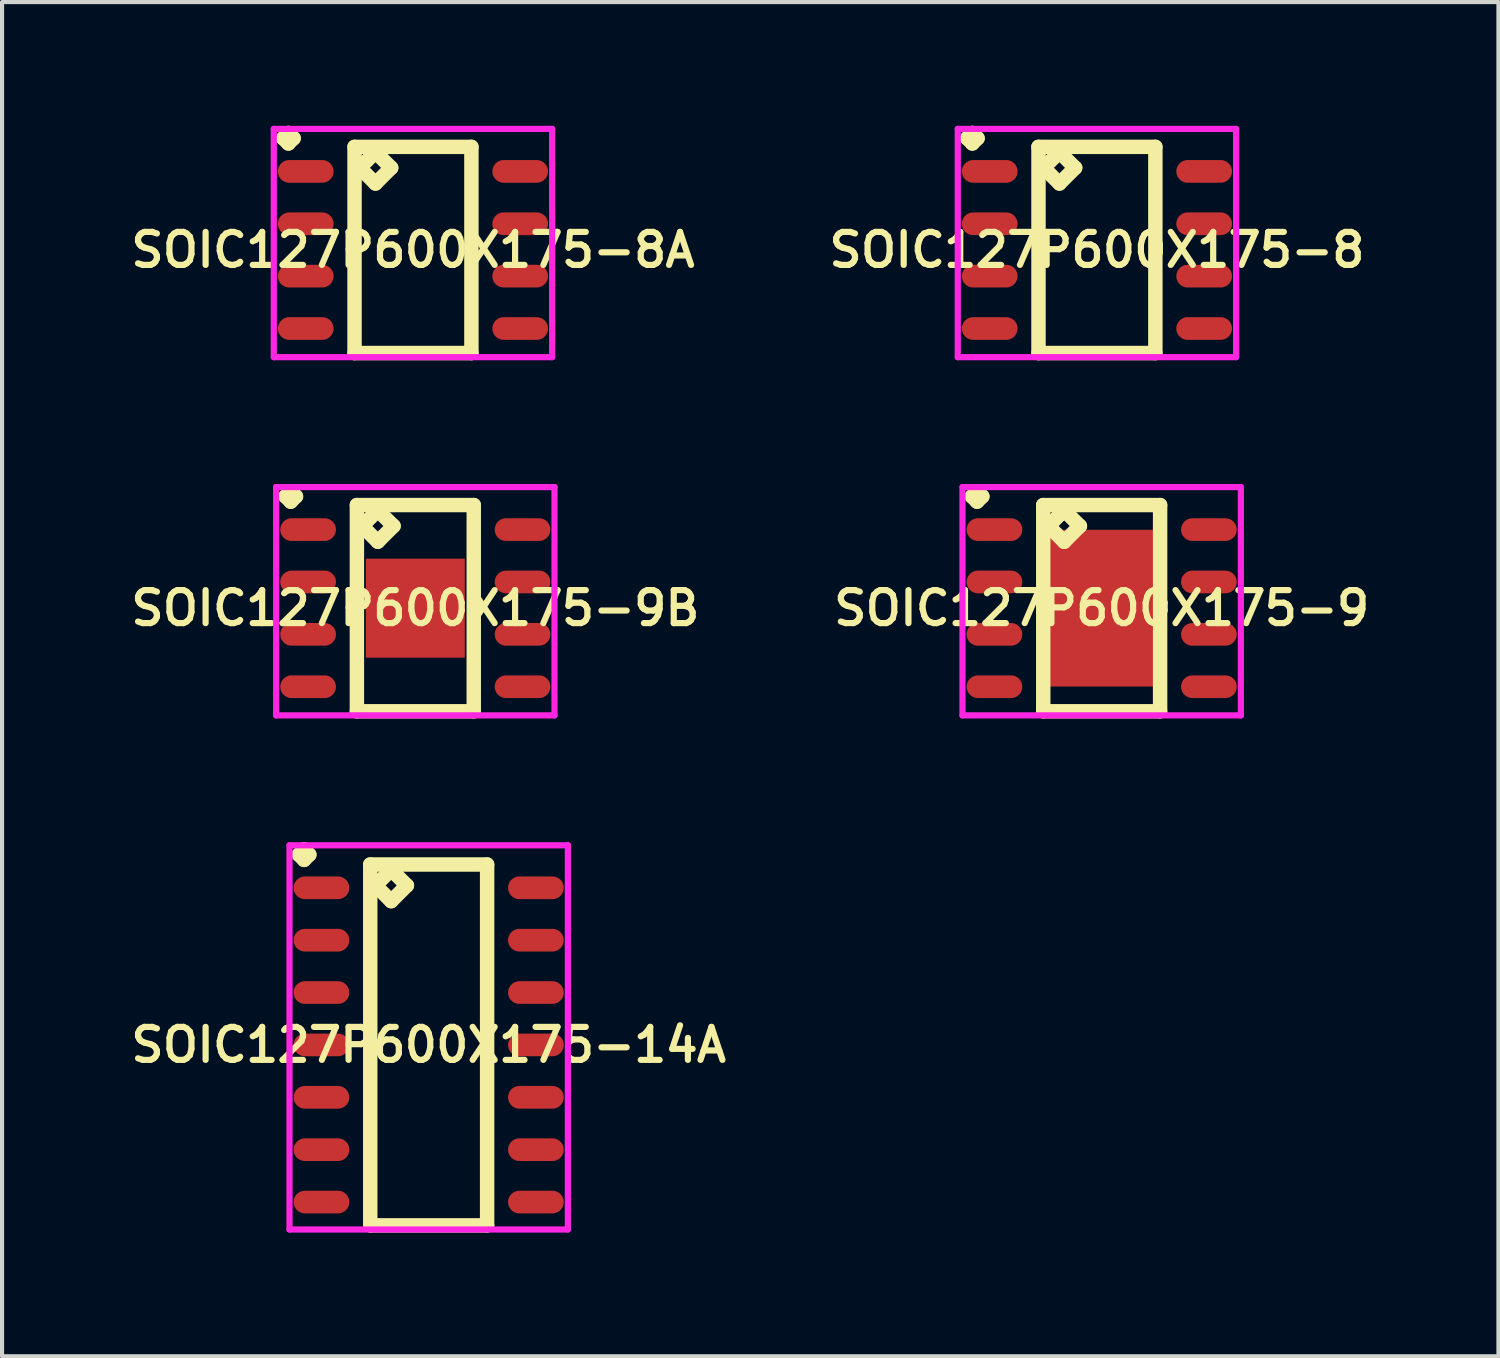
<source format=kicad_pcb>
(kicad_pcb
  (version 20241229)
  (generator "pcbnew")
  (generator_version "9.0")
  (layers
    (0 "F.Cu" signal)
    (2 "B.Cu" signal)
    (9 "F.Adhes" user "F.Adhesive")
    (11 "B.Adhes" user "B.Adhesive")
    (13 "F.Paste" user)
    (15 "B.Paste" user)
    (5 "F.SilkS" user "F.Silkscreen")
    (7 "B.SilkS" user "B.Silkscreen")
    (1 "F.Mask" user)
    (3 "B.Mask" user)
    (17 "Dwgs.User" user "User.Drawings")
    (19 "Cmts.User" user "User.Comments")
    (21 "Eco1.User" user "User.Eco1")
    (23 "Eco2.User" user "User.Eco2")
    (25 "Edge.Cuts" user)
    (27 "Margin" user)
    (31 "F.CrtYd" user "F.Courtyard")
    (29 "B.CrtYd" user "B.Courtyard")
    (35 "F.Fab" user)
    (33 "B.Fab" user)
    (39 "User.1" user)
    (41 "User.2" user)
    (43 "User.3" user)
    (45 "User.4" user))
  (footprint "SOIC127P600X175-14A"
    (layer "F.Cu")
    (at 7.345 22.288)
    (property "Reference" "SOIC127P600X175-14A" (at 0 0 0) (layer "F.SilkS") (effects (font (size 0.8 0.8) (thickness 0.15))))
    (attr smd)
    (fp_line (start -3.148 -4.614) (end -3.021 -4.741) (stroke (width 0.35) (type solid)) (layer "F.SilkS"))
    (fp_line (start -3.021 -4.741) (end -2.894 -4.614) (stroke (width 0.35) (type solid)) (layer "F.SilkS"))
    (fp_line (start -3.021 -4.487) (end -3.148 -4.614) (stroke (width 0.35) (type solid)) (layer "F.SilkS"))
    (fp_line (start -2.894 -4.614) (end -3.021 -4.487) (stroke (width 0.35) (type solid)) (layer "F.SilkS"))
    (fp_line (start -1.417 -4.375) (end -1.417 4.375) (stroke (width 0.35) (type solid)) (layer "F.SilkS"))
    (fp_line (start -1.417 4.375) (end 1.417 4.375) (stroke (width 0.35) (type solid)) (layer "F.SilkS"))
    (fp_line (start -1.29 -3.867) (end -0.909 -4.248) (stroke (width 0.35) (type solid)) (layer "F.SilkS"))
    (fp_line (start -0.909 -4.248) (end -0.528 -3.867) (stroke (width 0.35) (type solid)) (layer "F.SilkS"))
    (fp_line (start -0.909 -3.486) (end -1.29 -3.867) (stroke (width 0.35) (type solid)) (layer "F.SilkS"))
    (fp_line (start -0.528 -3.867) (end -0.909 -3.486) (stroke (width 0.35) (type solid)) (layer "F.SilkS"))
    (fp_line (start 1.417 -4.375) (end -1.417 -4.375) (stroke (width 0.35) (type solid)) (layer "F.SilkS"))
    (fp_line (start 1.417 4.375) (end 1.417 -4.375) (stroke (width 0.35) (type solid)) (layer "F.SilkS"))
    (fp_line (start -3.375 -4.841) (end 3.375 -4.841) (stroke (width 0.15) (type solid)) (layer "F.CrtYd"))
    (fp_line (start -3.375 4.475) (end -3.375 -4.841) (stroke (width 0.15) (type solid)) (layer "F.CrtYd"))
    (fp_line (start 3.375 -4.841) (end 3.375 4.475) (stroke (width 0.15) (type solid)) (layer "F.CrtYd"))
    (fp_line (start 3.375 4.475) (end -3.375 4.475) (stroke (width 0.15) (type solid)) (layer "F.CrtYd"))
    (pad "1" smd oval (at -2.6 -3.81) (size 1.35 0.55) (layers "F.Cu" "F.Mask" "F.Paste"))
    (pad "2" smd oval (at -2.6 -2.54) (size 1.35 0.55) (layers "F.Cu" "F.Mask" "F.Paste"))
    (pad "3" smd oval (at -2.6 -1.27) (size 1.35 0.55) (layers "F.Cu" "F.Mask" "F.Paste"))
    (pad "4" smd oval (at -2.6 0) (size 1.35 0.55) (layers "F.Cu" "F.Mask" "F.Paste"))
    (pad "5" smd oval (at -2.6 1.27) (size 1.35 0.55) (layers "F.Cu" "F.Mask" "F.Paste"))
    (pad "6" smd oval (at -2.6 2.54) (size 1.35 0.55) (layers "F.Cu" "F.Mask" "F.Paste"))
    (pad "7" smd oval (at -2.6 3.81) (size 1.35 0.55) (layers "F.Cu" "F.Mask" "F.Paste"))
    (pad "8" smd oval (at 2.6 3.81) (size 1.35 0.55) (layers "F.Cu" "F.Mask" "F.Paste"))
    (pad "9" smd oval (at 2.6 2.54) (size 1.35 0.55) (layers "F.Cu" "F.Mask" "F.Paste"))
    (pad "10" smd oval (at 2.6 1.27) (size 1.35 0.55) (layers "F.Cu" "F.Mask" "F.Paste"))
    (pad "11" smd oval (at 2.6 0) (size 1.35 0.55) (layers "F.Cu" "F.Mask" "F.Paste"))
    (pad "12" smd oval (at 2.6 -1.27) (size 1.35 0.55) (layers "F.Cu" "F.Mask" "F.Paste"))
    (pad "13" smd oval (at 2.6 -2.54) (size 1.35 0.55) (layers "F.Cu" "F.Mask" "F.Paste"))
    (pad "14" smd oval (at 2.6 -3.81) (size 1.35 0.55) (layers "F.Cu" "F.Mask" "F.Paste")))
  (footprint "SOIC127P600X175-8A"
    (layer "F.Cu")
    (at 6.964 3.011)
    (property "Reference" "SOIC127P600X175-8A" (at 0 0 0) (layer "F.SilkS") (effects (font (size 0.8 0.8) (thickness 0.15))))
    (attr smd)
    (fp_line (start -3.148 -2.709) (end -3.021 -2.836) (stroke (width 0.35) (type solid)) (layer "F.SilkS"))
    (fp_line (start -3.021 -2.836) (end -2.894 -2.709) (stroke (width 0.35) (type solid)) (layer "F.SilkS"))
    (fp_line (start -3.021 -2.582) (end -3.148 -2.709) (stroke (width 0.35) (type solid)) (layer "F.SilkS"))
    (fp_line (start -2.894 -2.709) (end -3.021 -2.582) (stroke (width 0.35) (type solid)) (layer "F.SilkS"))
    (fp_line (start -1.417 -2.5) (end -1.417 2.5) (stroke (width 0.35) (type solid)) (layer "F.SilkS"))
    (fp_line (start -1.417 2.5) (end 1.417 2.5) (stroke (width 0.35) (type solid)) (layer "F.SilkS"))
    (fp_line (start -1.29 -1.992) (end -0.909 -2.373) (stroke (width 0.35) (type solid)) (layer "F.SilkS"))
    (fp_line (start -0.909 -2.373) (end -0.528 -1.992) (stroke (width 0.35) (type solid)) (layer "F.SilkS"))
    (fp_line (start -0.909 -1.611) (end -1.29 -1.992) (stroke (width 0.35) (type solid)) (layer "F.SilkS"))
    (fp_line (start -0.528 -1.992) (end -0.909 -1.611) (stroke (width 0.35) (type solid)) (layer "F.SilkS"))
    (fp_line (start 1.417 -2.5) (end -1.417 -2.5) (stroke (width 0.35) (type solid)) (layer "F.SilkS"))
    (fp_line (start 1.417 2.5) (end 1.417 -2.5) (stroke (width 0.35) (type solid)) (layer "F.SilkS"))
    (fp_line (start -3.375 -2.936) (end 3.375 -2.936) (stroke (width 0.15) (type solid)) (layer "F.CrtYd"))
    (fp_line (start -3.375 2.6) (end -3.375 -2.936) (stroke (width 0.15) (type solid)) (layer "F.CrtYd"))
    (fp_line (start 3.375 -2.936) (end 3.375 2.6) (stroke (width 0.15) (type solid)) (layer "F.CrtYd"))
    (fp_line (start 3.375 2.6) (end -3.375 2.6) (stroke (width 0.15) (type solid)) (layer "F.CrtYd"))
    (pad "1" smd oval (at -2.6 -1.905) (size 1.35 0.55) (layers "F.Cu" "F.Mask" "F.Paste"))
    (pad "2" smd oval (at -2.6 -0.635) (size 1.35 0.55) (layers "F.Cu" "F.Mask" "F.Paste"))
    (pad "3" smd oval (at -2.6 0.635) (size 1.35 0.55) (layers "F.Cu" "F.Mask" "F.Paste"))
    (pad "4" smd oval (at -2.6 1.905) (size 1.35 0.55) (layers "F.Cu" "F.Mask" "F.Paste"))
    (pad "5" smd oval (at 2.6 1.905) (size 1.35 0.55) (layers "F.Cu" "F.Mask" "F.Paste"))
    (pad "6" smd oval (at 2.6 0.635) (size 1.35 0.55) (layers "F.Cu" "F.Mask" "F.Paste"))
    (pad "7" smd oval (at 2.6 -0.635) (size 1.35 0.55) (layers "F.Cu" "F.Mask" "F.Paste"))
    (pad "8" smd oval (at 2.6 -1.905) (size 1.35 0.55) (layers "F.Cu" "F.Mask" "F.Paste")))
  (footprint "SOIC127P600X175-8"
    (layer "F.Cu")
    (at 23.549 3.011)
    (property "Reference" "SOIC127P600X175-8" (at 0 0 0) (layer "F.SilkS") (effects (font (size 0.8 0.8) (thickness 0.15))))
    (attr smd)
    (fp_line (start -3.148 -2.709) (end -3.021 -2.836) (stroke (width 0.35) (type solid)) (layer "F.SilkS"))
    (fp_line (start -3.021 -2.836) (end -2.894 -2.709) (stroke (width 0.35) (type solid)) (layer "F.SilkS"))
    (fp_line (start -3.021 -2.582) (end -3.148 -2.709) (stroke (width 0.35) (type solid)) (layer "F.SilkS"))
    (fp_line (start -2.894 -2.709) (end -3.021 -2.582) (stroke (width 0.35) (type solid)) (layer "F.SilkS"))
    (fp_line (start -1.417 -2.5) (end -1.417 2.5) (stroke (width 0.35) (type solid)) (layer "F.SilkS"))
    (fp_line (start -1.417 2.5) (end 1.417 2.5) (stroke (width 0.35) (type solid)) (layer "F.SilkS"))
    (fp_line (start -1.29 -1.992) (end -0.909 -2.373) (stroke (width 0.35) (type solid)) (layer "F.SilkS"))
    (fp_line (start -0.909 -2.373) (end -0.528 -1.992) (stroke (width 0.35) (type solid)) (layer "F.SilkS"))
    (fp_line (start -0.909 -1.611) (end -1.29 -1.992) (stroke (width 0.35) (type solid)) (layer "F.SilkS"))
    (fp_line (start -0.528 -1.992) (end -0.909 -1.611) (stroke (width 0.35) (type solid)) (layer "F.SilkS"))
    (fp_line (start 1.417 -2.5) (end -1.417 -2.5) (stroke (width 0.35) (type solid)) (layer "F.SilkS"))
    (fp_line (start 1.417 2.5) (end 1.417 -2.5) (stroke (width 0.35) (type solid)) (layer "F.SilkS"))
    (fp_line (start -3.375 -2.936) (end 3.375 -2.936) (stroke (width 0.15) (type solid)) (layer "F.CrtYd"))
    (fp_line (start -3.375 2.6) (end -3.375 -2.936) (stroke (width 0.15) (type solid)) (layer "F.CrtYd"))
    (fp_line (start 3.375 -2.936) (end 3.375 2.6) (stroke (width 0.15) (type solid)) (layer "F.CrtYd"))
    (fp_line (start 3.375 2.6) (end -3.375 2.6) (stroke (width 0.15) (type solid)) (layer "F.CrtYd"))
    (pad "1" smd oval (at -2.6 -1.905) (size 1.35 0.55) (layers "F.Cu" "F.Mask" "F.Paste"))
    (pad "2" smd oval (at -2.6 -0.635) (size 1.35 0.55) (layers "F.Cu" "F.Mask" "F.Paste"))
    (pad "3" smd oval (at -2.6 0.635) (size 1.35 0.55) (layers "F.Cu" "F.Mask" "F.Paste"))
    (pad "4" smd oval (at -2.6 1.905) (size 1.35 0.55) (layers "F.Cu" "F.Mask" "F.Paste"))
    (pad "5" smd oval (at 2.6 1.905) (size 1.35 0.55) (layers "F.Cu" "F.Mask" "F.Paste"))
    (pad "6" smd oval (at 2.6 0.635) (size 1.35 0.55) (layers "F.Cu" "F.Mask" "F.Paste"))
    (pad "7" smd oval (at 2.6 -0.635) (size 1.35 0.55) (layers "F.Cu" "F.Mask" "F.Paste"))
    (pad "8" smd oval (at 2.6 -1.905) (size 1.35 0.55) (layers "F.Cu" "F.Mask" "F.Paste")))
  (footprint "SOIC127P600X175-9B"
    (layer "F.Cu")
    (at 7.021 11.697)
    (property "Reference" "SOIC127P600X175-9B" (at 0 0 0) (layer "F.SilkS") (effects (font (size 0.8 0.8) (thickness 0.15))))
    (attr smd)
    (fp_line (start -3.148 -2.709) (end -3.021 -2.836) (stroke (width 0.35) (type solid)) (layer "F.SilkS"))
    (fp_line (start -3.021 -2.836) (end -2.894 -2.709) (stroke (width 0.35) (type solid)) (layer "F.SilkS"))
    (fp_line (start -3.021 -2.582) (end -3.148 -2.709) (stroke (width 0.35) (type solid)) (layer "F.SilkS"))
    (fp_line (start -2.894 -2.709) (end -3.021 -2.582) (stroke (width 0.35) (type solid)) (layer "F.SilkS"))
    (fp_line (start -1.417 -2.5) (end -1.417 2.5) (stroke (width 0.35) (type solid)) (layer "F.SilkS"))
    (fp_line (start -1.417 2.5) (end 1.417 2.5) (stroke (width 0.35) (type solid)) (layer "F.SilkS"))
    (fp_line (start -1.29 -1.992) (end -0.909 -2.373) (stroke (width 0.35) (type solid)) (layer "F.SilkS"))
    (fp_line (start -0.909 -2.373) (end -0.528 -1.992) (stroke (width 0.35) (type solid)) (layer "F.SilkS"))
    (fp_line (start -0.909 -1.611) (end -1.29 -1.992) (stroke (width 0.35) (type solid)) (layer "F.SilkS"))
    (fp_line (start -0.528 -1.992) (end -0.909 -1.611) (stroke (width 0.35) (type solid)) (layer "F.SilkS"))
    (fp_line (start 1.417 -2.5) (end -1.417 -2.5) (stroke (width 0.35) (type solid)) (layer "F.SilkS"))
    (fp_line (start 1.417 2.5) (end 1.417 -2.5) (stroke (width 0.35) (type solid)) (layer "F.SilkS"))
    (fp_line (start -3.375 -2.936) (end 3.375 -2.936) (stroke (width 0.15) (type solid)) (layer "F.CrtYd"))
    (fp_line (start -3.375 2.6) (end -3.375 -2.936) (stroke (width 0.15) (type solid)) (layer "F.CrtYd"))
    (fp_line (start 3.375 -2.936) (end 3.375 2.6) (stroke (width 0.15) (type solid)) (layer "F.CrtYd"))
    (fp_line (start 3.375 2.6) (end -3.375 2.6) (stroke (width 0.15) (type solid)) (layer "F.CrtYd"))
    (pad "1" smd oval (at -2.6 -1.905) (size 1.35 0.55) (layers "F.Cu" "F.Mask" "F.Paste"))
    (pad "2" smd oval (at -2.6 -0.635) (size 1.35 0.55) (layers "F.Cu" "F.Mask" "F.Paste"))
    (pad "3" smd oval (at -2.6 0.635) (size 1.35 0.55) (layers "F.Cu" "F.Mask" "F.Paste"))
    (pad "4" smd oval (at -2.6 1.905) (size 1.35 0.55) (layers "F.Cu" "F.Mask" "F.Paste"))
    (pad "5" smd oval (at 2.6 1.905) (size 1.35 0.55) (layers "F.Cu" "F.Mask" "F.Paste"))
    (pad "6" smd oval (at 2.6 0.635) (size 1.35 0.55) (layers "F.Cu" "F.Mask" "F.Paste"))
    (pad "7" smd oval (at 2.6 -0.635) (size 1.35 0.55) (layers "F.Cu" "F.Mask" "F.Paste"))
    (pad "8" smd oval (at 2.6 -1.905) (size 1.35 0.55) (layers "F.Cu" "F.Mask" "F.Paste"))
    (pad "9" smd rect (at 0 0) (size 2.4 2.4) (layers "F.Cu" "F.Mask" "F.Paste")))
  (footprint "SOIC127P600X175-9"
    (layer "F.Cu")
    (at 23.664 11.697)
    (property "Reference" "SOIC127P600X175-9" (at 0 0 0) (layer "F.SilkS") (effects (font (size 0.8 0.8) (thickness 0.15))))
    (attr smd)
    (fp_line (start -3.148 -2.709) (end -3.021 -2.836) (stroke (width 0.35) (type solid)) (layer "F.SilkS"))
    (fp_line (start -3.021 -2.836) (end -2.894 -2.709) (stroke (width 0.35) (type solid)) (layer "F.SilkS"))
    (fp_line (start -3.021 -2.582) (end -3.148 -2.709) (stroke (width 0.35) (type solid)) (layer "F.SilkS"))
    (fp_line (start -2.894 -2.709) (end -3.021 -2.582) (stroke (width 0.35) (type solid)) (layer "F.SilkS"))
    (fp_line (start -1.417 -2.5) (end -1.417 2.5) (stroke (width 0.35) (type solid)) (layer "F.SilkS"))
    (fp_line (start -1.417 2.5) (end 1.417 2.5) (stroke (width 0.35) (type solid)) (layer "F.SilkS"))
    (fp_line (start -1.29 -1.992) (end -0.909 -2.373) (stroke (width 0.35) (type solid)) (layer "F.SilkS"))
    (fp_line (start -0.909 -2.373) (end -0.528 -1.992) (stroke (width 0.35) (type solid)) (layer "F.SilkS"))
    (fp_line (start -0.909 -1.611) (end -1.29 -1.992) (stroke (width 0.35) (type solid)) (layer "F.SilkS"))
    (fp_line (start -0.528 -1.992) (end -0.909 -1.611) (stroke (width 0.35) (type solid)) (layer "F.SilkS"))
    (fp_line (start 1.417 -2.5) (end -1.417 -2.5) (stroke (width 0.35) (type solid)) (layer "F.SilkS"))
    (fp_line (start 1.417 2.5) (end 1.417 -2.5) (stroke (width 0.35) (type solid)) (layer "F.SilkS"))
    (fp_line (start -3.375 -2.936) (end 3.375 -2.936) (stroke (width 0.15) (type solid)) (layer "F.CrtYd"))
    (fp_line (start -3.375 2.6) (end -3.375 -2.936) (stroke (width 0.15) (type solid)) (layer "F.CrtYd"))
    (fp_line (start 3.375 -2.936) (end 3.375 2.6) (stroke (width 0.15) (type solid)) (layer "F.CrtYd"))
    (fp_line (start 3.375 2.6) (end -3.375 2.6) (stroke (width 0.15) (type solid)) (layer "F.CrtYd"))
    (pad "1" smd oval (at -2.6 -1.905) (size 1.35 0.55) (layers "F.Cu" "F.Mask" "F.Paste"))
    (pad "2" smd oval (at -2.6 -0.635) (size 1.35 0.55) (layers "F.Cu" "F.Mask" "F.Paste"))
    (pad "3" smd oval (at -2.6 0.635) (size 1.35 0.55) (layers "F.Cu" "F.Mask" "F.Paste"))
    (pad "4" smd oval (at -2.6 1.905) (size 1.35 0.55) (layers "F.Cu" "F.Mask" "F.Paste"))
    (pad "5" smd oval (at 2.6 1.905) (size 1.35 0.55) (layers "F.Cu" "F.Mask" "F.Paste"))
    (pad "6" smd oval (at 2.6 0.635) (size 1.35 0.55) (layers "F.Cu" "F.Mask" "F.Paste"))
    (pad "7" smd oval (at 2.6 -0.635) (size 1.35 0.55) (layers "F.Cu" "F.Mask" "F.Paste"))
    (pad "8" smd oval (at 2.6 -1.905) (size 1.35 0.55) (layers "F.Cu" "F.Mask" "F.Paste"))
    (pad "9" smd rect (at 0 0) (size 2.75 3.8) (layers "F.Cu" "F.Mask" "F.Paste")))
  (gr_rect
    (start -3 -3)
    (end 33.285 29.838)
    (stroke (width 0.1) (type default))
    (fill no)
    (layer "Edge.Cuts")))
</source>
